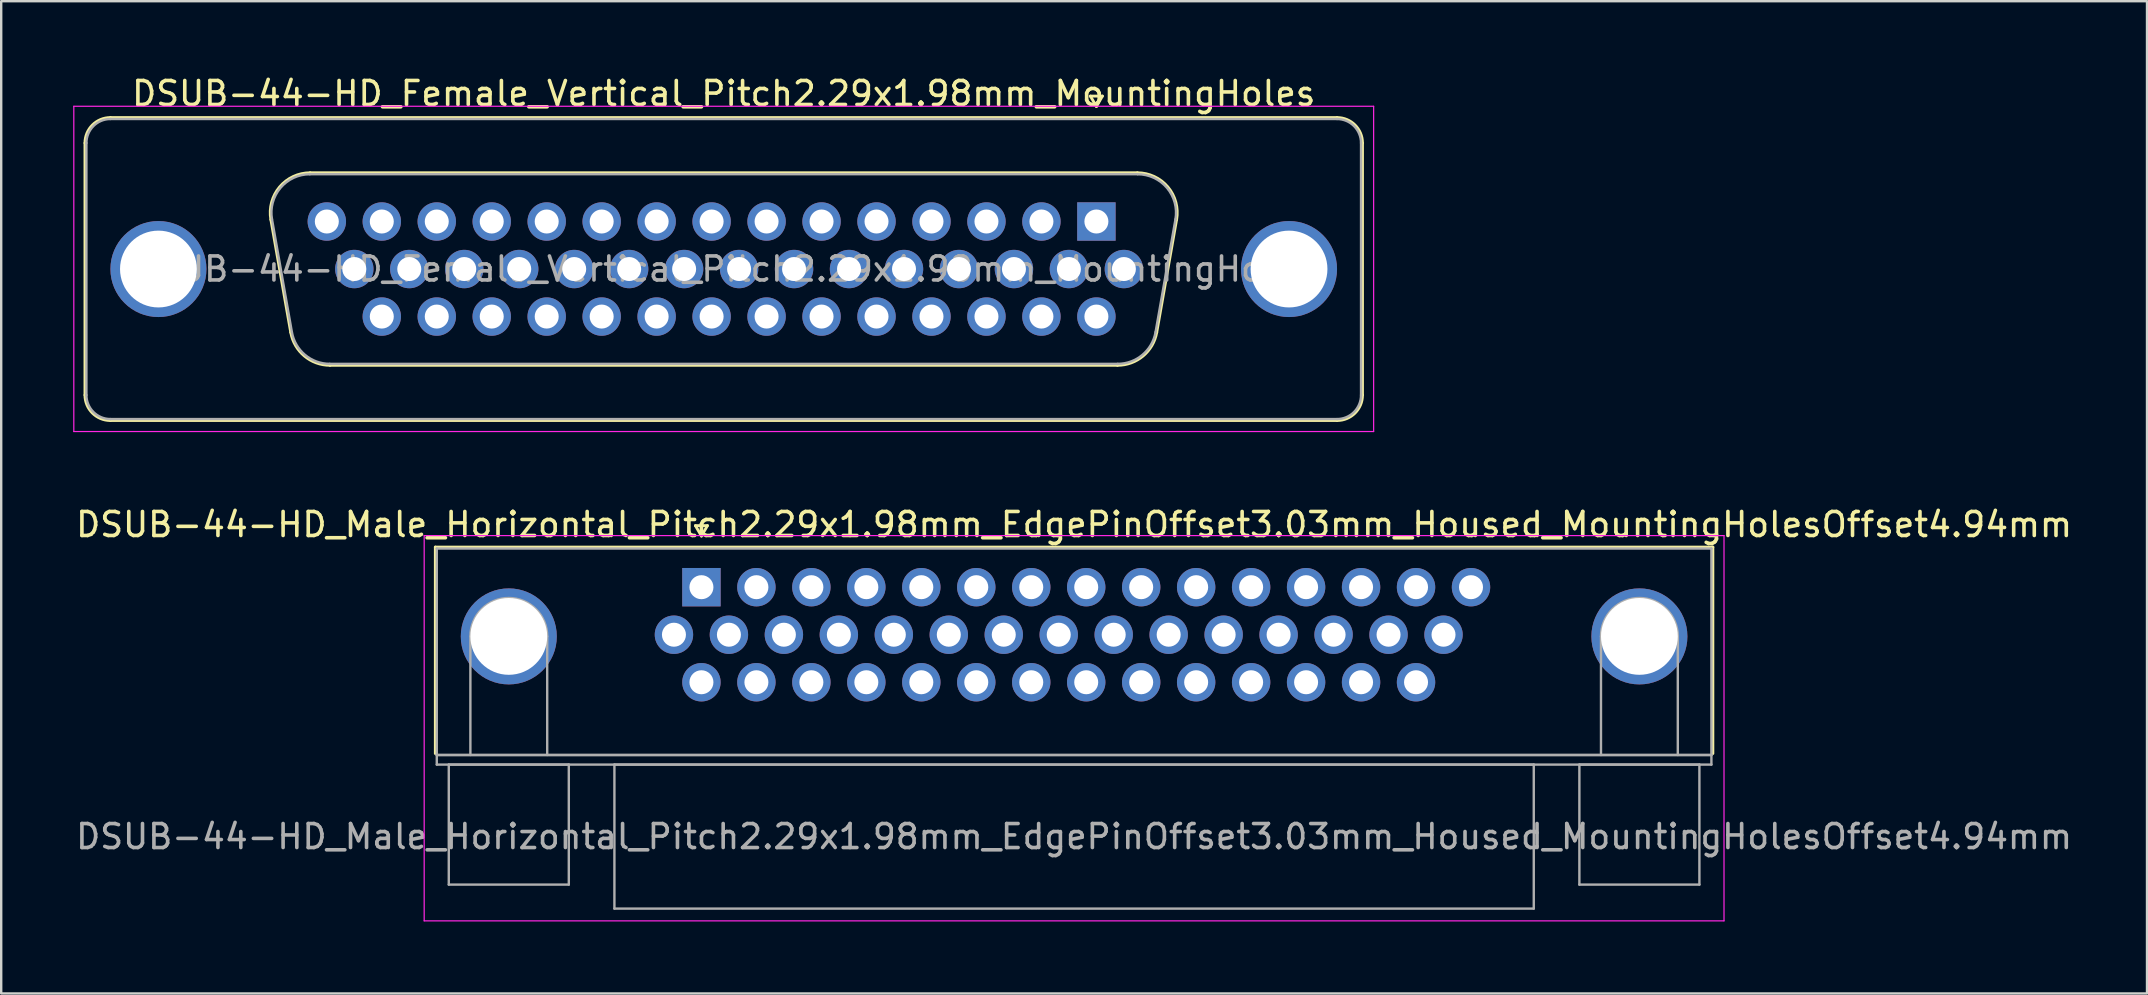
<source format=kicad_pcb>
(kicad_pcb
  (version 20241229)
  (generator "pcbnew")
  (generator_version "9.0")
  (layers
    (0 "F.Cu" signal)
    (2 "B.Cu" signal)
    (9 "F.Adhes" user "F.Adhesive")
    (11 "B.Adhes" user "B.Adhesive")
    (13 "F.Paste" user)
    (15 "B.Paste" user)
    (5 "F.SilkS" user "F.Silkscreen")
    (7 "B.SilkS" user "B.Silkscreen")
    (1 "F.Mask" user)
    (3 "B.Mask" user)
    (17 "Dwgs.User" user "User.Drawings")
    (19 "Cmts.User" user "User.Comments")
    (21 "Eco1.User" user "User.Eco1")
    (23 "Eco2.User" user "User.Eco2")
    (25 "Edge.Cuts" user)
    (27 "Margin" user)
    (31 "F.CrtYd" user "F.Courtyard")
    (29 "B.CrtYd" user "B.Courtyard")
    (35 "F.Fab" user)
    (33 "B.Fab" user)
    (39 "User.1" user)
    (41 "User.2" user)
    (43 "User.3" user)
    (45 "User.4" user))
  (footprint "DSUB-44-HD_Female_Vertical_Pitch2.29x1.98mm_MountingHoles"
    (layer "F.Cu")
    (at 42.625 6.178)
    (property "Reference" "DSUB-44-HD_Female_Vertical_Pitch2.29x1.98mm_MountingHoles" (at -15.525 -5.33 0) (layer "F.SilkS") (effects (font (size 1 1) (thickness 0.15))))
    (attr through_hole)
    (fp_line (start -42.135 7.23) (end -42.135 -3.27) (stroke (width 0.12) (type solid)) (layer "F.SilkS"))
    (fp_line (start -41.075 -4.33) (end 10.025 -4.33) (stroke (width 0.12) (type solid)) (layer "F.SilkS"))
    (fp_line (start -34.391 -0.082) (end -33.563 4.618) (stroke (width 0.12) (type solid)) (layer "F.SilkS"))
    (fp_line (start -32.757 -2.03) (end 1.707 -2.03) (stroke (width 0.12) (type solid)) (layer "F.SilkS"))
    (fp_line (start -31.928 5.99) (end 0.878 5.99) (stroke (width 0.12) (type solid)) (layer "F.SilkS"))
    (fp_line (start -0.25 -5.224) (end 0.25 -5.224) (stroke (width 0.12) (type solid)) (layer "F.SilkS"))
    (fp_line (start 0 -4.791) (end -0.25 -5.224) (stroke (width 0.12) (type solid)) (layer "F.SilkS"))
    (fp_line (start 0.25 -5.224) (end 0 -4.791) (stroke (width 0.12) (type solid)) (layer "F.SilkS"))
    (fp_line (start 3.341 -0.082) (end 2.513 4.618) (stroke (width 0.12) (type solid)) (layer "F.SilkS"))
    (fp_line (start 10.025 8.29) (end -41.075 8.29) (stroke (width 0.12) (type solid)) (layer "F.SilkS"))
    (fp_line (start 11.085 -3.27) (end 11.085 7.23) (stroke (width 0.12) (type solid)) (layer "F.SilkS"))
    (fp_arc (start -42.135 -3.27) (mid -41.824533 -4.019533) (end -41.075 -4.33) (stroke (width 0.12) (type solid)) (layer "F.SilkS"))
    (fp_arc (start -41.075 8.29) (mid -41.824533 7.979533) (end -42.135 7.23) (stroke (width 0.12) (type solid)) (layer "F.SilkS"))
    (fp_arc (start -34.39147 -0.081744) (mid -34.028323 -1.437028) (end -32.756689 -2.03) (stroke (width 0.12) (type solid)) (layer "F.SilkS"))
    (fp_arc (start -31.927952 5.99) (mid -32.994979 5.601634) (end -33.562733 4.618256) (stroke (width 0.12) (type solid)) (layer "F.SilkS"))
    (fp_arc (start 1.706689 -2.03) (mid 2.978323 -1.437027) (end 3.34147 -0.081744) (stroke (width 0.12) (type solid)) (layer "F.SilkS"))
    (fp_arc (start 2.512733 4.618256) (mid 1.94498 5.601634) (end 0.877952 5.99) (stroke (width 0.12) (type solid)) (layer "F.SilkS"))
    (fp_arc (start 10.025 -4.33) (mid 10.774533 -4.019533) (end 11.085 -3.27) (stroke (width 0.12) (type solid)) (layer "F.SilkS"))
    (fp_arc (start 11.085 7.23) (mid 10.774533 7.979533) (end 10.025 8.29) (stroke (width 0.12) (type solid)) (layer "F.SilkS"))
    (fp_line (start -42.6 -4.8) (end -42.6 8.75) (stroke (width 0.05) (type solid)) (layer "F.CrtYd"))
    (fp_line (start -42.6 8.75) (end 11.55 8.75) (stroke (width 0.05) (type solid)) (layer "F.CrtYd"))
    (fp_line (start 11.55 -4.8) (end -42.6 -4.8) (stroke (width 0.05) (type solid)) (layer "F.CrtYd"))
    (fp_line (start 11.55 8.75) (end 11.55 -4.8) (stroke (width 0.05) (type solid)) (layer "F.CrtYd"))
    (fp_line (start -42.075 7.23) (end -42.075 -3.27) (stroke (width 0.1) (type solid)) (layer "F.Fab"))
    (fp_line (start -41.075 -4.27) (end 10.025 -4.27) (stroke (width 0.1) (type solid)) (layer "F.Fab"))
    (fp_line (start -34.344 -0.092) (end -33.515 4.608) (stroke (width 0.1) (type solid)) (layer "F.Fab"))
    (fp_line (start -32.768 -1.97) (end 1.718 -1.97) (stroke (width 0.1) (type solid)) (layer "F.Fab"))
    (fp_line (start -31.939 5.93) (end 0.889 5.93) (stroke (width 0.1) (type solid)) (layer "F.Fab"))
    (fp_line (start 3.294 -0.092) (end 2.465 4.608) (stroke (width 0.1) (type solid)) (layer "F.Fab"))
    (fp_line (start 10.025 8.23) (end -41.075 8.23) (stroke (width 0.1) (type solid)) (layer "F.Fab"))
    (fp_line (start 11.025 -3.27) (end 11.025 7.23) (stroke (width 0.1) (type solid)) (layer "F.Fab"))
    (fp_arc (start -42.075 -3.27) (mid -41.782107 -3.977107) (end -41.075 -4.27) (stroke (width 0.1) (type solid)) (layer "F.Fab"))
    (fp_arc (start -41.075 8.23) (mid -41.782107 7.937107) (end -42.075 7.23) (stroke (width 0.1) (type solid)) (layer "F.Fab"))
    (fp_arc (start -34.343886 -0.092163) (mid -33.993865 -1.39846) (end -32.768194 -1.97) (stroke (width 0.1) (type solid)) (layer "F.Fab"))
    (fp_arc (start -31.939457 5.93) (mid -32.967917 5.555671) (end -33.515149 4.607837) (stroke (width 0.1) (type solid)) (layer "F.Fab"))
    (fp_arc (start 1.718194 -1.97) (mid 2.943865 -1.39846) (end 3.293886 -0.092163) (stroke (width 0.1) (type solid)) (layer "F.Fab"))
    (fp_arc (start 2.465149 4.607837) (mid 1.917917 5.555671) (end 0.889457 5.93) (stroke (width 0.1) (type solid)) (layer "F.Fab"))
    (fp_arc (start 10.025 -4.27) (mid 10.732107 -3.977107) (end 11.025 -3.27) (stroke (width 0.1) (type solid)) (layer "F.Fab"))
    (fp_arc (start 11.025 7.23) (mid 10.732107 7.937107) (end 10.025 8.23) (stroke (width 0.1) (type solid)) (layer "F.Fab"))
    (fp_text user "${REFERENCE}" (at -15.525 1.98 0) (layer "F.Fab") (effects (font (size 1 1) (thickness 0.15))))
    (pad "0" thru_hole circle (at -39.075 1.98) (size 4 4) (drill 3.2) (layers "*.Cu" "*.Mask"))
    (pad "0" thru_hole circle (at 8.025 1.98) (size 4 4) (drill 3.2) (layers "*.Cu" "*.Mask"))
    (pad "1" thru_hole rect (at 0 0) (size 1.6 1.6) (drill 1) (layers "*.Cu" "*.Mask"))
    (pad "2" thru_hole circle (at -2.29 0) (size 1.6 1.6) (drill 1) (layers "*.Cu" "*.Mask"))
    (pad "3" thru_hole circle (at -4.58 0) (size 1.6 1.6) (drill 1) (layers "*.Cu" "*.Mask"))
    (pad "4" thru_hole circle (at -6.87 0) (size 1.6 1.6) (drill 1) (layers "*.Cu" "*.Mask"))
    (pad "5" thru_hole circle (at -9.16 0) (size 1.6 1.6) (drill 1) (layers "*.Cu" "*.Mask"))
    (pad "6" thru_hole circle (at -11.45 0) (size 1.6 1.6) (drill 1) (layers "*.Cu" "*.Mask"))
    (pad "7" thru_hole circle (at -13.74 0) (size 1.6 1.6) (drill 1) (layers "*.Cu" "*.Mask"))
    (pad "8" thru_hole circle (at -16.03 0) (size 1.6 1.6) (drill 1) (layers "*.Cu" "*.Mask"))
    (pad "9" thru_hole circle (at -18.32 0) (size 1.6 1.6) (drill 1) (layers "*.Cu" "*.Mask"))
    (pad "10" thru_hole circle (at -20.61 0) (size 1.6 1.6) (drill 1) (layers "*.Cu" "*.Mask"))
    (pad "11" thru_hole circle (at -22.9 0) (size 1.6 1.6) (drill 1) (layers "*.Cu" "*.Mask"))
    (pad "12" thru_hole circle (at -25.19 0) (size 1.6 1.6) (drill 1) (layers "*.Cu" "*.Mask"))
    (pad "13" thru_hole circle (at -27.48 0) (size 1.6 1.6) (drill 1) (layers "*.Cu" "*.Mask"))
    (pad "14" thru_hole circle (at -29.77 0) (size 1.6 1.6) (drill 1) (layers "*.Cu" "*.Mask"))
    (pad "15" thru_hole circle (at -32.06 0) (size 1.6 1.6) (drill 1) (layers "*.Cu" "*.Mask"))
    (pad "16" thru_hole circle (at 1.145 1.98) (size 1.6 1.6) (drill 1) (layers "*.Cu" "*.Mask"))
    (pad "17" thru_hole circle (at -1.145 1.98) (size 1.6 1.6) (drill 1) (layers "*.Cu" "*.Mask"))
    (pad "18" thru_hole circle (at -3.435 1.98) (size 1.6 1.6) (drill 1) (layers "*.Cu" "*.Mask"))
    (pad "19" thru_hole circle (at -5.725 1.98) (size 1.6 1.6) (drill 1) (layers "*.Cu" "*.Mask"))
    (pad "20" thru_hole circle (at -8.015 1.98) (size 1.6 1.6) (drill 1) (layers "*.Cu" "*.Mask"))
    (pad "21" thru_hole circle (at -10.305 1.98) (size 1.6 1.6) (drill 1) (layers "*.Cu" "*.Mask"))
    (pad "22" thru_hole circle (at -12.595 1.98) (size 1.6 1.6) (drill 1) (layers "*.Cu" "*.Mask"))
    (pad "23" thru_hole circle (at -14.885 1.98) (size 1.6 1.6) (drill 1) (layers "*.Cu" "*.Mask"))
    (pad "24" thru_hole circle (at -17.175 1.98) (size 1.6 1.6) (drill 1) (layers "*.Cu" "*.Mask"))
    (pad "25" thru_hole circle (at -19.465 1.98) (size 1.6 1.6) (drill 1) (layers "*.Cu" "*.Mask"))
    (pad "26" thru_hole circle (at -21.755 1.98) (size 1.6 1.6) (drill 1) (layers "*.Cu" "*.Mask"))
    (pad "27" thru_hole circle (at -24.045 1.98) (size 1.6 1.6) (drill 1) (layers "*.Cu" "*.Mask"))
    (pad "28" thru_hole circle (at -26.335 1.98) (size 1.6 1.6) (drill 1) (layers "*.Cu" "*.Mask"))
    (pad "29" thru_hole circle (at -28.625 1.98) (size 1.6 1.6) (drill 1) (layers "*.Cu" "*.Mask"))
    (pad "30" thru_hole circle (at -30.915 1.98) (size 1.6 1.6) (drill 1) (layers "*.Cu" "*.Mask"))
    (pad "31" thru_hole circle (at 0 3.96) (size 1.6 1.6) (drill 1) (layers "*.Cu" "*.Mask"))
    (pad "32" thru_hole circle (at -2.29 3.96) (size 1.6 1.6) (drill 1) (layers "*.Cu" "*.Mask"))
    (pad "33" thru_hole circle (at -4.58 3.96) (size 1.6 1.6) (drill 1) (layers "*.Cu" "*.Mask"))
    (pad "34" thru_hole circle (at -6.87 3.96) (size 1.6 1.6) (drill 1) (layers "*.Cu" "*.Mask"))
    (pad "35" thru_hole circle (at -9.16 3.96) (size 1.6 1.6) (drill 1) (layers "*.Cu" "*.Mask"))
    (pad "36" thru_hole circle (at -11.45 3.96) (size 1.6 1.6) (drill 1) (layers "*.Cu" "*.Mask"))
    (pad "37" thru_hole circle (at -13.74 3.96) (size 1.6 1.6) (drill 1) (layers "*.Cu" "*.Mask"))
    (pad "38" thru_hole circle (at -16.03 3.96) (size 1.6 1.6) (drill 1) (layers "*.Cu" "*.Mask"))
    (pad "39" thru_hole circle (at -18.32 3.96) (size 1.6 1.6) (drill 1) (layers "*.Cu" "*.Mask"))
    (pad "40" thru_hole circle (at -20.61 3.96) (size 1.6 1.6) (drill 1) (layers "*.Cu" "*.Mask"))
    (pad "41" thru_hole circle (at -22.9 3.96) (size 1.6 1.6) (drill 1) (layers "*.Cu" "*.Mask"))
    (pad "42" thru_hole circle (at -25.19 3.96) (size 1.6 1.6) (drill 1) (layers "*.Cu" "*.Mask"))
    (pad "43" thru_hole circle (at -27.48 3.96) (size 1.6 1.6) (drill 1) (layers "*.Cu" "*.Mask"))
    (pad "44" thru_hole circle (at -29.77 3.96) (size 1.6 1.6) (drill 1) (layers "*.Cu" "*.Mask")))
  (footprint "DSUB-44-HD_Male_Horizontal_Pitch2.29x1.98mm_EdgePinOffset3.03mm_Housed_MountingHolesOffset4.94mm"
    (layer "F.Cu")
    (at 26.171 21.412)
    (property "Reference" "DSUB-44-HD_Male_Horizontal_Pitch2.29x1.98mm_EdgePinOffset3.03mm_Housed_MountingHolesOffset4.94mm" (at 15.525 -2.61 0) (layer "F.SilkS") (effects (font (size 1 1) (thickness 0.15))))
    (attr through_hole)
    (fp_line (start -11.085 -1.67) (end 42.135 -1.67) (stroke (width 0.12) (type solid)) (layer "F.SilkS"))
    (fp_line (start -11.085 6.93) (end -11.085 -1.67) (stroke (width 0.12) (type solid)) (layer "F.SilkS"))
    (fp_line (start -0.25 -2.564) (end 0.25 -2.564) (stroke (width 0.12) (type solid)) (layer "F.SilkS"))
    (fp_line (start 0 -2.131) (end -0.25 -2.564) (stroke (width 0.12) (type solid)) (layer "F.SilkS"))
    (fp_line (start 0.25 -2.564) (end 0 -2.131) (stroke (width 0.12) (type solid)) (layer "F.SilkS"))
    (fp_line (start 42.135 -1.67) (end 42.135 6.93) (stroke (width 0.12) (type solid)) (layer "F.SilkS"))
    (fp_line (start -11.55 -2.15) (end -11.55 13.9) (stroke (width 0.05) (type solid)) (layer "F.CrtYd"))
    (fp_line (start -11.55 13.9) (end 42.6 13.9) (stroke (width 0.05) (type solid)) (layer "F.CrtYd"))
    (fp_line (start 42.6 -2.15) (end -11.55 -2.15) (stroke (width 0.05) (type solid)) (layer "F.CrtYd"))
    (fp_line (start 42.6 13.9) (end 42.6 -2.15) (stroke (width 0.05) (type solid)) (layer "F.CrtYd"))
    (fp_line (start -11.025 -1.61) (end -11.025 6.99) (stroke (width 0.1) (type solid)) (layer "F.Fab"))
    (fp_line (start -11.025 6.99) (end -11.025 7.39) (stroke (width 0.1) (type solid)) (layer "F.Fab"))
    (fp_line (start -11.025 6.99) (end 42.075 6.99) (stroke (width 0.1) (type solid)) (layer "F.Fab"))
    (fp_line (start -11.025 7.39) (end 42.075 7.39) (stroke (width 0.1) (type solid)) (layer "F.Fab"))
    (fp_line (start -10.525 7.39) (end -10.525 12.39) (stroke (width 0.1) (type solid)) (layer "F.Fab"))
    (fp_line (start -10.525 12.39) (end -5.525 12.39) (stroke (width 0.1) (type solid)) (layer "F.Fab"))
    (fp_line (start -9.625 6.99) (end -9.625 2.05) (stroke (width 0.1) (type solid)) (layer "F.Fab"))
    (fp_line (start -6.425 6.99) (end -6.425 2.05) (stroke (width 0.1) (type solid)) (layer "F.Fab"))
    (fp_line (start -5.525 7.39) (end -10.525 7.39) (stroke (width 0.1) (type solid)) (layer "F.Fab"))
    (fp_line (start -5.525 12.39) (end -5.525 7.39) (stroke (width 0.1) (type solid)) (layer "F.Fab"))
    (fp_line (start -3.625 7.39) (end -3.625 13.39) (stroke (width 0.1) (type solid)) (layer "F.Fab"))
    (fp_line (start -3.625 13.39) (end 34.675 13.39) (stroke (width 0.1) (type solid)) (layer "F.Fab"))
    (fp_line (start 34.675 7.39) (end -3.625 7.39) (stroke (width 0.1) (type solid)) (layer "F.Fab"))
    (fp_line (start 34.675 13.39) (end 34.675 7.39) (stroke (width 0.1) (type solid)) (layer "F.Fab"))
    (fp_line (start 36.575 7.39) (end 36.575 12.39) (stroke (width 0.1) (type solid)) (layer "F.Fab"))
    (fp_line (start 36.575 12.39) (end 41.575 12.39) (stroke (width 0.1) (type solid)) (layer "F.Fab"))
    (fp_line (start 37.475 6.99) (end 37.475 2.05) (stroke (width 0.1) (type solid)) (layer "F.Fab"))
    (fp_line (start 40.675 6.99) (end 40.675 2.05) (stroke (width 0.1) (type solid)) (layer "F.Fab"))
    (fp_line (start 41.575 7.39) (end 36.575 7.39) (stroke (width 0.1) (type solid)) (layer "F.Fab"))
    (fp_line (start 41.575 12.39) (end 41.575 7.39) (stroke (width 0.1) (type solid)) (layer "F.Fab"))
    (fp_line (start 42.075 -1.61) (end -11.025 -1.61) (stroke (width 0.1) (type solid)) (layer "F.Fab"))
    (fp_line (start 42.075 6.99) (end -11.025 6.99) (stroke (width 0.1) (type solid)) (layer "F.Fab"))
    (fp_line (start 42.075 6.99) (end 42.075 -1.61) (stroke (width 0.1) (type solid)) (layer "F.Fab"))
    (fp_line (start 42.075 7.39) (end 42.075 6.99) (stroke (width 0.1) (type solid)) (layer "F.Fab"))
    (fp_arc (start -9.625 2.05) (mid -8.025 0.45) (end -6.425 2.05) (stroke (width 0.1) (type solid)) (layer "F.Fab"))
    (fp_arc (start 37.475 2.05) (mid 39.075 0.45) (end 40.675 2.05) (stroke (width 0.1) (type solid)) (layer "F.Fab"))
    (fp_text user "${REFERENCE}" (at 15.525 10.39 0) (layer "F.Fab") (effects (font (size 1 1) (thickness 0.15))))
    (pad "0" thru_hole circle (at -8.025 2.05) (size 4 4) (drill 3.2) (layers "*.Cu" "*.Mask"))
    (pad "0" thru_hole circle (at 39.075 2.05) (size 4 4) (drill 3.2) (layers "*.Cu" "*.Mask"))
    (pad "1" thru_hole rect (at 0 0) (size 1.6 1.6) (drill 1) (layers "*.Cu" "*.Mask"))
    (pad "2" thru_hole circle (at 2.29 0) (size 1.6 1.6) (drill 1) (layers "*.Cu" "*.Mask"))
    (pad "3" thru_hole circle (at 4.58 0) (size 1.6 1.6) (drill 1) (layers "*.Cu" "*.Mask"))
    (pad "4" thru_hole circle (at 6.87 0) (size 1.6 1.6) (drill 1) (layers "*.Cu" "*.Mask"))
    (pad "5" thru_hole circle (at 9.16 0) (size 1.6 1.6) (drill 1) (layers "*.Cu" "*.Mask"))
    (pad "6" thru_hole circle (at 11.45 0) (size 1.6 1.6) (drill 1) (layers "*.Cu" "*.Mask"))
    (pad "7" thru_hole circle (at 13.74 0) (size 1.6 1.6) (drill 1) (layers "*.Cu" "*.Mask"))
    (pad "8" thru_hole circle (at 16.03 0) (size 1.6 1.6) (drill 1) (layers "*.Cu" "*.Mask"))
    (pad "9" thru_hole circle (at 18.32 0) (size 1.6 1.6) (drill 1) (layers "*.Cu" "*.Mask"))
    (pad "10" thru_hole circle (at 20.61 0) (size 1.6 1.6) (drill 1) (layers "*.Cu" "*.Mask"))
    (pad "11" thru_hole circle (at 22.9 0) (size 1.6 1.6) (drill 1) (layers "*.Cu" "*.Mask"))
    (pad "12" thru_hole circle (at 25.19 0) (size 1.6 1.6) (drill 1) (layers "*.Cu" "*.Mask"))
    (pad "13" thru_hole circle (at 27.48 0) (size 1.6 1.6) (drill 1) (layers "*.Cu" "*.Mask"))
    (pad "14" thru_hole circle (at 29.77 0) (size 1.6 1.6) (drill 1) (layers "*.Cu" "*.Mask"))
    (pad "15" thru_hole circle (at 32.06 0) (size 1.6 1.6) (drill 1) (layers "*.Cu" "*.Mask"))
    (pad "16" thru_hole circle (at -1.145 1.98) (size 1.6 1.6) (drill 1) (layers "*.Cu" "*.Mask"))
    (pad "17" thru_hole circle (at 1.145 1.98) (size 1.6 1.6) (drill 1) (layers "*.Cu" "*.Mask"))
    (pad "18" thru_hole circle (at 3.435 1.98) (size 1.6 1.6) (drill 1) (layers "*.Cu" "*.Mask"))
    (pad "19" thru_hole circle (at 5.725 1.98) (size 1.6 1.6) (drill 1) (layers "*.Cu" "*.Mask"))
    (pad "20" thru_hole circle (at 8.015 1.98) (size 1.6 1.6) (drill 1) (layers "*.Cu" "*.Mask"))
    (pad "21" thru_hole circle (at 10.305 1.98) (size 1.6 1.6) (drill 1) (layers "*.Cu" "*.Mask"))
    (pad "22" thru_hole circle (at 12.595 1.98) (size 1.6 1.6) (drill 1) (layers "*.Cu" "*.Mask"))
    (pad "23" thru_hole circle (at 14.885 1.98) (size 1.6 1.6) (drill 1) (layers "*.Cu" "*.Mask"))
    (pad "24" thru_hole circle (at 17.175 1.98) (size 1.6 1.6) (drill 1) (layers "*.Cu" "*.Mask"))
    (pad "25" thru_hole circle (at 19.465 1.98) (size 1.6 1.6) (drill 1) (layers "*.Cu" "*.Mask"))
    (pad "26" thru_hole circle (at 21.755 1.98) (size 1.6 1.6) (drill 1) (layers "*.Cu" "*.Mask"))
    (pad "27" thru_hole circle (at 24.045 1.98) (size 1.6 1.6) (drill 1) (layers "*.Cu" "*.Mask"))
    (pad "28" thru_hole circle (at 26.335 1.98) (size 1.6 1.6) (drill 1) (layers "*.Cu" "*.Mask"))
    (pad "29" thru_hole circle (at 28.625 1.98) (size 1.6 1.6) (drill 1) (layers "*.Cu" "*.Mask"))
    (pad "30" thru_hole circle (at 30.915 1.98) (size 1.6 1.6) (drill 1) (layers "*.Cu" "*.Mask"))
    (pad "31" thru_hole circle (at 0 3.96) (size 1.6 1.6) (drill 1) (layers "*.Cu" "*.Mask"))
    (pad "32" thru_hole circle (at 2.29 3.96) (size 1.6 1.6) (drill 1) (layers "*.Cu" "*.Mask"))
    (pad "33" thru_hole circle (at 4.58 3.96) (size 1.6 1.6) (drill 1) (layers "*.Cu" "*.Mask"))
    (pad "34" thru_hole circle (at 6.87 3.96) (size 1.6 1.6) (drill 1) (layers "*.Cu" "*.Mask"))
    (pad "35" thru_hole circle (at 9.16 3.96) (size 1.6 1.6) (drill 1) (layers "*.Cu" "*.Mask"))
    (pad "36" thru_hole circle (at 11.45 3.96) (size 1.6 1.6) (drill 1) (layers "*.Cu" "*.Mask"))
    (pad "37" thru_hole circle (at 13.74 3.96) (size 1.6 1.6) (drill 1) (layers "*.Cu" "*.Mask"))
    (pad "38" thru_hole circle (at 16.03 3.96) (size 1.6 1.6) (drill 1) (layers "*.Cu" "*.Mask"))
    (pad "39" thru_hole circle (at 18.32 3.96) (size 1.6 1.6) (drill 1) (layers "*.Cu" "*.Mask"))
    (pad "40" thru_hole circle (at 20.61 3.96) (size 1.6 1.6) (drill 1) (layers "*.Cu" "*.Mask"))
    (pad "41" thru_hole circle (at 22.9 3.96) (size 1.6 1.6) (drill 1) (layers "*.Cu" "*.Mask"))
    (pad "42" thru_hole circle (at 25.19 3.96) (size 1.6 1.6) (drill 1) (layers "*.Cu" "*.Mask"))
    (pad "43" thru_hole circle (at 27.48 3.96) (size 1.6 1.6) (drill 1) (layers "*.Cu" "*.Mask"))
    (pad "44" thru_hole circle (at 29.77 3.96) (size 1.6 1.6) (drill 1) (layers "*.Cu" "*.Mask")))
  (gr_rect
    (start -3 -3)
    (end 86.393 38.337)
    (stroke (width 0.1) (type default))
    (fill no)
    (layer "Edge.Cuts")))
</source>
